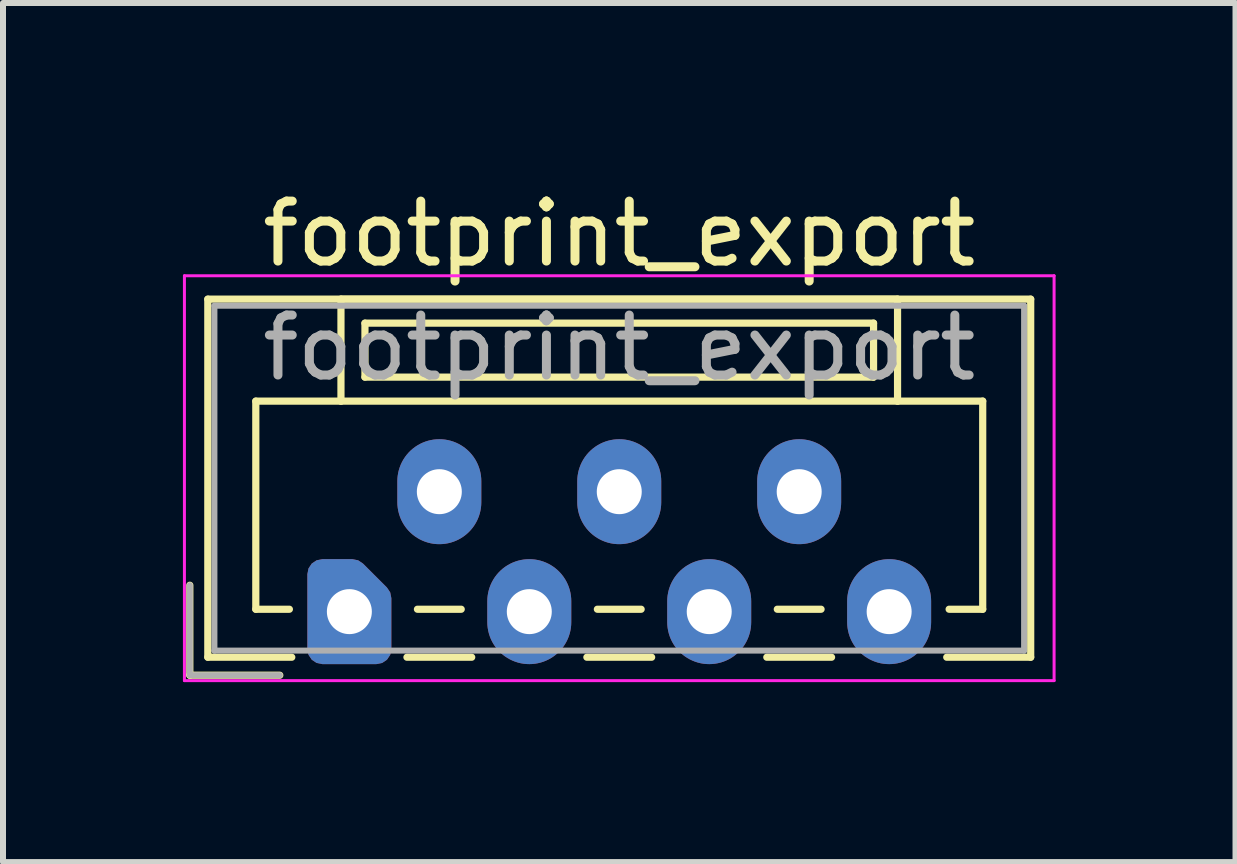
<source format=kicad_pcb>
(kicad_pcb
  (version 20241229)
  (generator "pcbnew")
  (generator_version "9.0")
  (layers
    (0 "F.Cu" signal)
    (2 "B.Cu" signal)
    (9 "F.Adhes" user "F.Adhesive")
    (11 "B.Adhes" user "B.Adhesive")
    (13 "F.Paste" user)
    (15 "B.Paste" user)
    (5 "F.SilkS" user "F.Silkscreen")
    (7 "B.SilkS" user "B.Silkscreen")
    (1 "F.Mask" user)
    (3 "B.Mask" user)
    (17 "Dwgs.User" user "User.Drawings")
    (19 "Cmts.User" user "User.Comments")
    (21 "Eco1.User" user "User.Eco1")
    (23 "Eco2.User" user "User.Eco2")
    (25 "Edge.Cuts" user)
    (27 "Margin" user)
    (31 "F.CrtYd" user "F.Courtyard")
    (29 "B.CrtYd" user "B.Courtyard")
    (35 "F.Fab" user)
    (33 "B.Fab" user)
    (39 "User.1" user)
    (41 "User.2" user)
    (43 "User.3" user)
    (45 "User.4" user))
  (footprint "footprint_export"
    (layer "F.Cu")
    (at 2.775 7.148)
    (property "Reference" "footprint_export" (at 4.5 -6.3 0) (layer "F.SilkS") (effects (font (size 1 1) (thickness 0.15))))
    (attr through_hole)
    (fp_line (start -2.66 -0.44) (end -2.66 1.06) (stroke (width 0.12) (type solid)) (layer "F.SilkS"))
    (fp_line (start -2.66 1.06) (end -1.16 1.06) (stroke (width 0.12) (type solid)) (layer "F.SilkS"))
    (fp_line (start -2.36 -5.21) (end 11.36 -5.21) (stroke (width 0.12) (type solid)) (layer "F.SilkS"))
    (fp_line (start -2.36 0.76) (end -2.36 -5.21) (stroke (width 0.12) (type solid)) (layer "F.SilkS"))
    (fp_line (start -1.56 -3.51) (end -1.56 -0.04) (stroke (width 0.12) (type solid)) (layer "F.SilkS"))
    (fp_line (start -1.56 -0.04) (end -1 -0.04) (stroke (width 0.12) (type solid)) (layer "F.SilkS"))
    (fp_line (start -0.96 0.76) (end -2.36 0.76) (stroke (width 0.12) (type solid)) (layer "F.SilkS"))
    (fp_line (start -0.14 -5.21) (end -0.14 -3.51) (stroke (width 0.12) (type solid)) (layer "F.SilkS"))
    (fp_line (start -0.14 -3.51) (end -1.56 -3.51) (stroke (width 0.12) (type solid)) (layer "F.SilkS"))
    (fp_line (start -0.14 -3.51) (end 9.14 -3.51) (stroke (width 0.12) (type solid)) (layer "F.SilkS"))
    (fp_line (start 0.26 -4.81) (end 0.26 -3.91) (stroke (width 0.12) (type solid)) (layer "F.SilkS"))
    (fp_line (start 0.26 -3.91) (end 8.74 -3.91) (stroke (width 0.12) (type solid)) (layer "F.SilkS"))
    (fp_line (start 0.96 0.76) (end 2.04 0.76) (stroke (width 0.12) (type solid)) (layer "F.SilkS"))
    (fp_line (start 1.135 -0.04) (end 1.865 -0.04) (stroke (width 0.12) (type solid)) (layer "F.SilkS"))
    (fp_line (start 3.96 0.76) (end 5.04 0.76) (stroke (width 0.12) (type solid)) (layer "F.SilkS"))
    (fp_line (start 4.135 -0.04) (end 4.865 -0.04) (stroke (width 0.12) (type solid)) (layer "F.SilkS"))
    (fp_line (start 6.96 0.76) (end 8.04 0.76) (stroke (width 0.12) (type solid)) (layer "F.SilkS"))
    (fp_line (start 7.135 -0.04) (end 7.865 -0.04) (stroke (width 0.12) (type solid)) (layer "F.SilkS"))
    (fp_line (start 8.74 -4.81) (end 0.26 -4.81) (stroke (width 0.12) (type solid)) (layer "F.SilkS"))
    (fp_line (start 8.74 -3.91) (end 8.74 -4.81) (stroke (width 0.12) (type solid)) (layer "F.SilkS"))
    (fp_line (start 9.14 -5.21) (end -0.14 -5.21) (stroke (width 0.12) (type solid)) (layer "F.SilkS"))
    (fp_line (start 9.14 -3.51) (end 9.14 -5.21) (stroke (width 0.12) (type solid)) (layer "F.SilkS"))
    (fp_line (start 9.14 -3.51) (end 10.56 -3.51) (stroke (width 0.12) (type solid)) (layer "F.SilkS"))
    (fp_line (start 10.56 -3.51) (end 10.56 -0.04) (stroke (width 0.12) (type solid)) (layer "F.SilkS"))
    (fp_line (start 10.56 -0.04) (end 10 -0.04) (stroke (width 0.12) (type solid)) (layer "F.SilkS"))
    (fp_line (start 11.36 -5.21) (end 11.36 0.76) (stroke (width 0.12) (type solid)) (layer "F.SilkS"))
    (fp_line (start 11.36 0.76) (end 9.96 0.76) (stroke (width 0.12) (type solid)) (layer "F.SilkS"))
    (fp_line (start -2.75 -5.6) (end -2.75 1.15) (stroke (width 0.05) (type solid)) (layer "F.CrtYd"))
    (fp_line (start -2.75 1.15) (end 11.75 1.15) (stroke (width 0.05) (type solid)) (layer "F.CrtYd"))
    (fp_line (start 11.75 -5.6) (end -2.75 -5.6) (stroke (width 0.05) (type solid)) (layer "F.CrtYd"))
    (fp_line (start 11.75 1.15) (end 11.75 -5.6) (stroke (width 0.05) (type solid)) (layer "F.CrtYd"))
    (fp_line (start -2.66 -0.44) (end -2.66 1.06) (stroke (width 0.1) (type solid)) (layer "F.Fab"))
    (fp_line (start -2.66 1.06) (end -1.16 1.06) (stroke (width 0.1) (type solid)) (layer "F.Fab"))
    (fp_line (start -2.25 -5.1) (end -2.25 0.65) (stroke (width 0.1) (type solid)) (layer "F.Fab"))
    (fp_line (start -2.25 0.65) (end 11.25 0.65) (stroke (width 0.1) (type solid)) (layer "F.Fab"))
    (fp_line (start 11.25 -5.1) (end -2.25 -5.1) (stroke (width 0.1) (type solid)) (layer "F.Fab"))
    (fp_line (start 11.25 0.65) (end 11.25 -5.1) (stroke (width 0.1) (type solid)) (layer "F.Fab"))
    (fp_text user "${REFERENCE}" (at 4.5 -4.4 0) (layer "F.Fab") (effects (font (size 1 1) (thickness 0.15))))
    (pad "1" thru_hole custom (at 0 0) (size 1.117 1.117) (drill 0.75) (layers "*.Cu" "*.Mask") (options (anchor circle)) (primitives (gr_poly (pts (xy 0.45 -0.225) (xy 0.45 0.625) (xy -0.45 0.625) (xy -0.45 -0.625) (xy 0.05 -0.625)) (width 0.5) (fill yes))))
    (pad "2" thru_hole oval (at 1.5 -2) (size 1.4 1.75) (drill 0.75) (layers "*.Cu" "*.Mask"))
    (pad "3" thru_hole oval (at 3 0) (size 1.4 1.75) (drill 0.75) (layers "*.Cu" "*.Mask"))
    (pad "4" thru_hole oval (at 4.5 -2) (size 1.4 1.75) (drill 0.75) (layers "*.Cu" "*.Mask"))
    (pad "5" thru_hole oval (at 6 0) (size 1.4 1.75) (drill 0.75) (layers "*.Cu" "*.Mask"))
    (pad "6" thru_hole oval (at 7.5 -2) (size 1.4 1.75) (drill 0.75) (layers "*.Cu" "*.Mask"))
    (pad "7" thru_hole oval (at 9 0) (size 1.4 1.75) (drill 0.75) (layers "*.Cu" "*.Mask")))
  (gr_rect
    (start -3 -3)
    (end 17.55 11.323)
    (stroke (width 0.1) (type default))
    (fill no)
    (layer "Edge.Cuts")))
</source>
